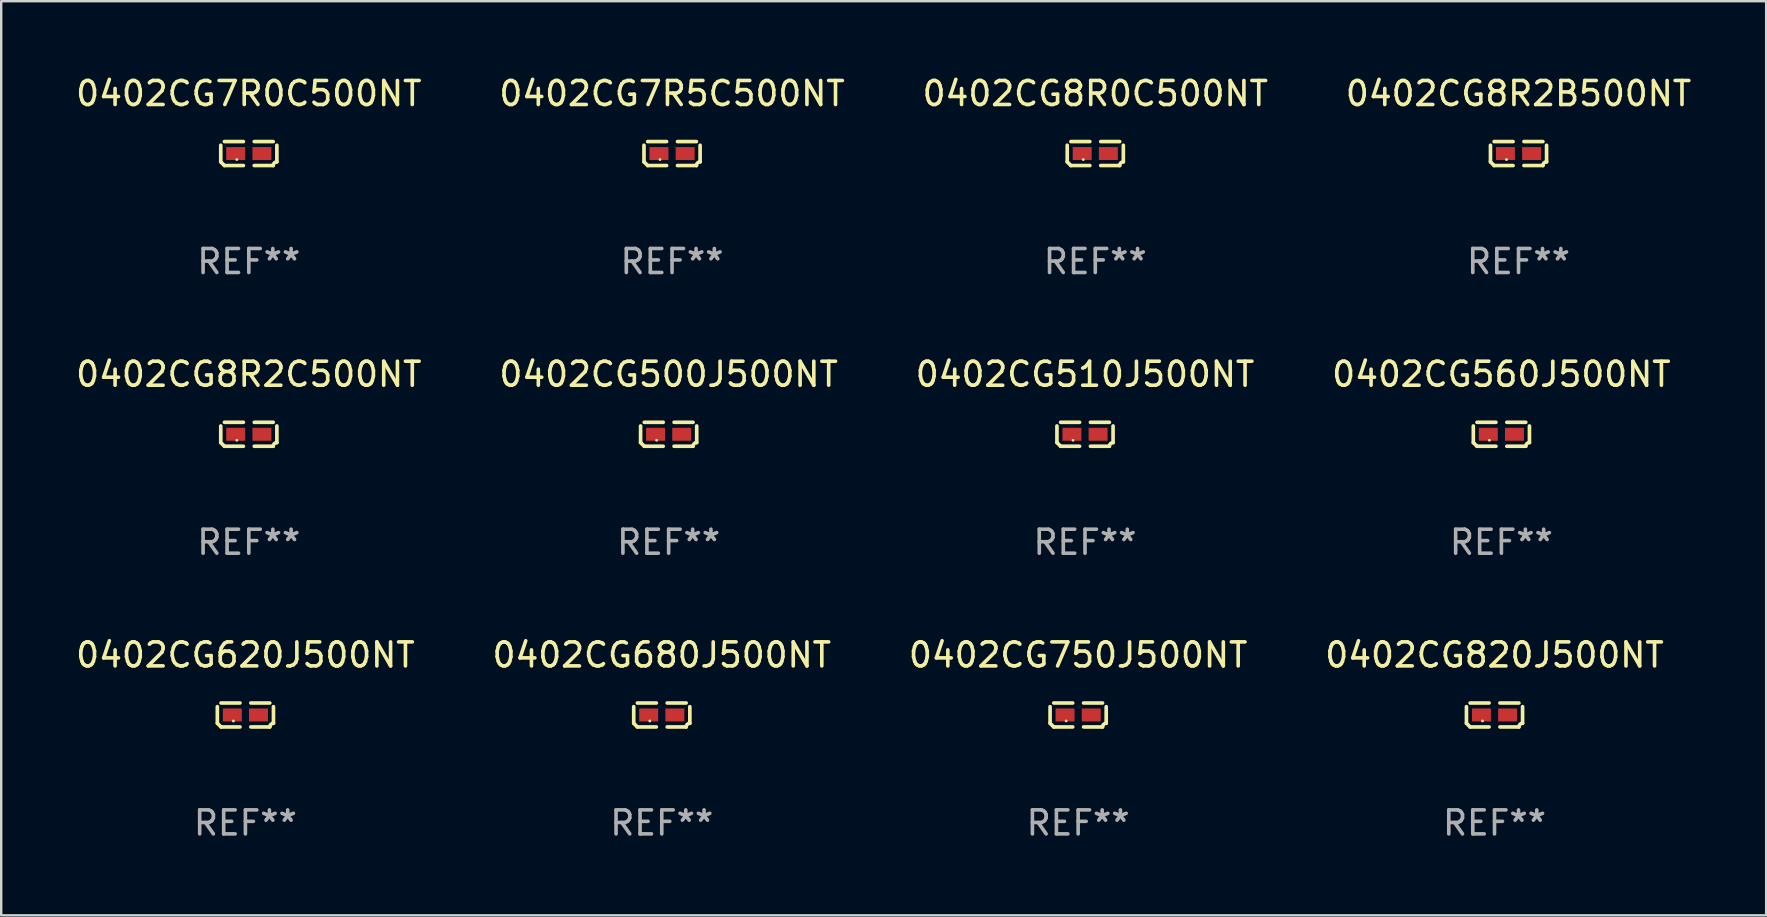
<source format=kicad_pcb>
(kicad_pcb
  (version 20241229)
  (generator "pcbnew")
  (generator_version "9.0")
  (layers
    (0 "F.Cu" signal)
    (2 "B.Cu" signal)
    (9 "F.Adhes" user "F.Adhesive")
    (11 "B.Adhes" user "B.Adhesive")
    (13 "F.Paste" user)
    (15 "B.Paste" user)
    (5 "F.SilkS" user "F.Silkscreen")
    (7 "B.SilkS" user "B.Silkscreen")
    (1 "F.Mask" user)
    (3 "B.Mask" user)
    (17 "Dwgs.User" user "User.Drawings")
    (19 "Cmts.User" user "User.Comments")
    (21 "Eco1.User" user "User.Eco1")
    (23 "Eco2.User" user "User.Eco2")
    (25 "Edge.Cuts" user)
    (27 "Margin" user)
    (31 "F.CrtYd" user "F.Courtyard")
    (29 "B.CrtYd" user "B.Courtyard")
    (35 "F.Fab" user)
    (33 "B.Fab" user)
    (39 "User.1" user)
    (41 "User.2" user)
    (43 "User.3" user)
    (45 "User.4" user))
  (footprint "0402CG8R2C500NT"
    (layer "F.Cu")
    (at 7.315 15.041)
    (property "Reference" "0402CG8R2C500NT" (at 0 -2.499 0) (layer "F.SilkS") (effects (font (size 1 1) (thickness 0.15))))
    (attr through_hole)
    (fp_line (start -1.169 0.346) (end -1.169 -0.346) (stroke (width 0.152) (type solid)) (layer "F.SilkS"))
    (fp_line (start -1.016 -0.499) (end -0.226 -0.499) (stroke (width 0.152) (type solid)) (layer "F.SilkS"))
    (fp_line (start -0.226 0.499) (end -1.016 0.499) (stroke (width 0.152) (type solid)) (layer "F.SilkS"))
    (fp_line (start 0.226 0.499) (end 1.016 0.499) (stroke (width 0.152) (type solid)) (layer "F.SilkS"))
    (fp_line (start 1.016 -0.499) (end 0.226 -0.499) (stroke (width 0.152) (type solid)) (layer "F.SilkS"))
    (fp_line (start 1.169 0.346) (end 1.169 -0.346) (stroke (width 0.152) (type solid)) (layer "F.SilkS"))
    (fp_arc (start -1.016307 0.498603) (mid -1.092512 0.422405) (end -1.16871 0.3462) (stroke (width 0.1524) (type solid)) (layer "F.SilkS"))
    (fp_arc (start 1.016307 0.498603) (mid 1.060899 0.390758) (end 1.168707 0.346076) (stroke (width 0.1524) (type solid)) (layer "F.SilkS"))
    (fp_circle (center -0.5 0.25) (end -0.47 0.25) (stroke (width 0.06) (type solid)) (fill no) (layer "F.SilkS"))
    (fp_text user "REF**" (at 0 4.499 0) (layer "F.Fab") (effects (font (size 1 1) (thickness 0.15))))
    (pad "1" smd rect (at -0.545 0) (size 0.79 0.54) (layers "F.Cu" "F.Mask" "F.Paste"))
    (pad "2" smd rect (at 0.545 0) (size 0.79 0.54) (layers "F.Cu" "F.Mask" "F.Paste")))
  (footprint "0402CG7R5C500NT"
    (layer "F.Cu")
    (at 24.946 3.347)
    (property "Reference" "0402CG7R5C500NT" (at 0 -2.499 0) (layer "F.SilkS") (effects (font (size 1 1) (thickness 0.15))))
    (attr through_hole)
    (fp_line (start -1.169 0.346) (end -1.169 -0.346) (stroke (width 0.152) (type solid)) (layer "F.SilkS"))
    (fp_line (start -1.016 -0.499) (end -0.226 -0.499) (stroke (width 0.152) (type solid)) (layer "F.SilkS"))
    (fp_line (start -0.226 0.499) (end -1.016 0.499) (stroke (width 0.152) (type solid)) (layer "F.SilkS"))
    (fp_line (start 0.226 0.499) (end 1.016 0.499) (stroke (width 0.152) (type solid)) (layer "F.SilkS"))
    (fp_line (start 1.016 -0.499) (end 0.226 -0.499) (stroke (width 0.152) (type solid)) (layer "F.SilkS"))
    (fp_line (start 1.169 0.346) (end 1.169 -0.346) (stroke (width 0.152) (type solid)) (layer "F.SilkS"))
    (fp_arc (start -1.016307 0.498603) (mid -1.092512 0.422405) (end -1.16871 0.3462) (stroke (width 0.1524) (type solid)) (layer "F.SilkS"))
    (fp_arc (start 1.016307 0.498603) (mid 1.060899 0.390758) (end 1.168707 0.346076) (stroke (width 0.1524) (type solid)) (layer "F.SilkS"))
    (fp_circle (center -0.5 0.25) (end -0.47 0.25) (stroke (width 0.06) (type solid)) (fill no) (layer "F.SilkS"))
    (fp_text user "REF**" (at 0 4.499 0) (layer "F.Fab") (effects (font (size 1 1) (thickness 0.15))))
    (pad "1" smd rect (at -0.545 0) (size 0.79 0.54) (layers "F.Cu" "F.Mask" "F.Paste"))
    (pad "2" smd rect (at 0.545 0) (size 0.79 0.54) (layers "F.Cu" "F.Mask" "F.Paste")))
  (footprint "0402CG820J500NT"
    (layer "F.Cu")
    (at 59.208 26.734)
    (property "Reference" "0402CG820J500NT" (at 0 -2.499 0) (layer "F.SilkS") (effects (font (size 1 1) (thickness 0.15))))
    (attr through_hole)
    (fp_line (start -1.169 0.346) (end -1.169 -0.346) (stroke (width 0.152) (type solid)) (layer "F.SilkS"))
    (fp_line (start -1.016 -0.499) (end -0.226 -0.499) (stroke (width 0.152) (type solid)) (layer "F.SilkS"))
    (fp_line (start -0.226 0.499) (end -1.016 0.499) (stroke (width 0.152) (type solid)) (layer "F.SilkS"))
    (fp_line (start 0.226 0.499) (end 1.016 0.499) (stroke (width 0.152) (type solid)) (layer "F.SilkS"))
    (fp_line (start 1.016 -0.499) (end 0.226 -0.499) (stroke (width 0.152) (type solid)) (layer "F.SilkS"))
    (fp_line (start 1.169 0.346) (end 1.169 -0.346) (stroke (width 0.152) (type solid)) (layer "F.SilkS"))
    (fp_arc (start -1.016307 0.498603) (mid -1.092512 0.422405) (end -1.16871 0.3462) (stroke (width 0.1524) (type solid)) (layer "F.SilkS"))
    (fp_arc (start 1.016307 0.498603) (mid 1.060899 0.390758) (end 1.168707 0.346076) (stroke (width 0.1524) (type solid)) (layer "F.SilkS"))
    (fp_circle (center -0.5 0.25) (end -0.47 0.25) (stroke (width 0.06) (type solid)) (fill no) (layer "F.SilkS"))
    (fp_text user "REF**" (at 0 4.499 0) (layer "F.Fab") (effects (font (size 1 1) (thickness 0.15))))
    (pad "1" smd rect (at -0.545 0) (size 0.79 0.54) (layers "F.Cu" "F.Mask" "F.Paste"))
    (pad "2" smd rect (at 0.545 0) (size 0.79 0.54) (layers "F.Cu" "F.Mask" "F.Paste")))
  (footprint "0402CG8R0C500NT"
    (layer "F.Cu")
    (at 42.577 3.347)
    (property "Reference" "0402CG8R0C500NT" (at 0 -2.499 0) (layer "F.SilkS") (effects (font (size 1 1) (thickness 0.15))))
    (attr through_hole)
    (fp_line (start -1.169 0.346) (end -1.169 -0.346) (stroke (width 0.152) (type solid)) (layer "F.SilkS"))
    (fp_line (start -1.016 -0.499) (end -0.226 -0.499) (stroke (width 0.152) (type solid)) (layer "F.SilkS"))
    (fp_line (start -0.226 0.499) (end -1.016 0.499) (stroke (width 0.152) (type solid)) (layer "F.SilkS"))
    (fp_line (start 0.226 0.499) (end 1.016 0.499) (stroke (width 0.152) (type solid)) (layer "F.SilkS"))
    (fp_line (start 1.016 -0.499) (end 0.226 -0.499) (stroke (width 0.152) (type solid)) (layer "F.SilkS"))
    (fp_line (start 1.169 0.346) (end 1.169 -0.346) (stroke (width 0.152) (type solid)) (layer "F.SilkS"))
    (fp_arc (start -1.016307 0.498603) (mid -1.092512 0.422405) (end -1.16871 0.3462) (stroke (width 0.1524) (type solid)) (layer "F.SilkS"))
    (fp_arc (start 1.016307 0.498603) (mid 1.060899 0.390758) (end 1.168707 0.346076) (stroke (width 0.1524) (type solid)) (layer "F.SilkS"))
    (fp_circle (center -0.5 0.25) (end -0.47 0.25) (stroke (width 0.06) (type solid)) (fill no) (layer "F.SilkS"))
    (fp_text user "REF**" (at 0 4.499 0) (layer "F.Fab") (effects (font (size 1 1) (thickness 0.15))))
    (pad "1" smd rect (at -0.545 0) (size 0.79 0.54) (layers "F.Cu" "F.Mask" "F.Paste"))
    (pad "2" smd rect (at 0.545 0) (size 0.79 0.54) (layers "F.Cu" "F.Mask" "F.Paste")))
  (footprint "0402CG510J500NT"
    (layer "F.Cu")
    (at 42.149 15.041)
    (property "Reference" "0402CG510J500NT" (at 0 -2.499 0) (layer "F.SilkS") (effects (font (size 1 1) (thickness 0.15))))
    (attr through_hole)
    (fp_line (start -1.169 0.346) (end -1.169 -0.346) (stroke (width 0.152) (type solid)) (layer "F.SilkS"))
    (fp_line (start -1.016 -0.499) (end -0.226 -0.499) (stroke (width 0.152) (type solid)) (layer "F.SilkS"))
    (fp_line (start -0.226 0.499) (end -1.016 0.499) (stroke (width 0.152) (type solid)) (layer "F.SilkS"))
    (fp_line (start 0.226 0.499) (end 1.016 0.499) (stroke (width 0.152) (type solid)) (layer "F.SilkS"))
    (fp_line (start 1.016 -0.499) (end 0.226 -0.499) (stroke (width 0.152) (type solid)) (layer "F.SilkS"))
    (fp_line (start 1.169 0.346) (end 1.169 -0.346) (stroke (width 0.152) (type solid)) (layer "F.SilkS"))
    (fp_arc (start -1.016307 0.498603) (mid -1.092512 0.422405) (end -1.16871 0.3462) (stroke (width 0.1524) (type solid)) (layer "F.SilkS"))
    (fp_arc (start 1.016307 0.498603) (mid 1.060899 0.390758) (end 1.168707 0.346076) (stroke (width 0.1524) (type solid)) (layer "F.SilkS"))
    (fp_circle (center -0.5 0.25) (end -0.47 0.25) (stroke (width 0.06) (type solid)) (fill no) (layer "F.SilkS"))
    (fp_text user "REF**" (at 0 4.499 0) (layer "F.Fab") (effects (font (size 1 1) (thickness 0.15))))
    (pad "1" smd rect (at -0.545 0) (size 0.79 0.54) (layers "F.Cu" "F.Mask" "F.Paste"))
    (pad "2" smd rect (at 0.545 0) (size 0.79 0.54) (layers "F.Cu" "F.Mask" "F.Paste")))
  (footprint "0402CG680J500NT"
    (layer "F.Cu")
    (at 24.518 26.734)
    (property "Reference" "0402CG680J500NT" (at 0 -2.499 0) (layer "F.SilkS") (effects (font (size 1 1) (thickness 0.15))))
    (attr through_hole)
    (fp_line (start -1.169 0.346) (end -1.169 -0.346) (stroke (width 0.152) (type solid)) (layer "F.SilkS"))
    (fp_line (start -1.016 -0.499) (end -0.226 -0.499) (stroke (width 0.152) (type solid)) (layer "F.SilkS"))
    (fp_line (start -0.226 0.499) (end -1.016 0.499) (stroke (width 0.152) (type solid)) (layer "F.SilkS"))
    (fp_line (start 0.226 0.499) (end 1.016 0.499) (stroke (width 0.152) (type solid)) (layer "F.SilkS"))
    (fp_line (start 1.016 -0.499) (end 0.226 -0.499) (stroke (width 0.152) (type solid)) (layer "F.SilkS"))
    (fp_line (start 1.169 0.346) (end 1.169 -0.346) (stroke (width 0.152) (type solid)) (layer "F.SilkS"))
    (fp_arc (start -1.016307 0.498603) (mid -1.092512 0.422405) (end -1.16871 0.3462) (stroke (width 0.1524) (type solid)) (layer "F.SilkS"))
    (fp_arc (start 1.016307 0.498603) (mid 1.060899 0.390758) (end 1.168707 0.346076) (stroke (width 0.1524) (type solid)) (layer "F.SilkS"))
    (fp_circle (center -0.5 0.25) (end -0.47 0.25) (stroke (width 0.06) (type solid)) (fill no) (layer "F.SilkS"))
    (fp_text user "REF**" (at 0 4.499 0) (layer "F.Fab") (effects (font (size 1 1) (thickness 0.15))))
    (pad "1" smd rect (at -0.545 0) (size 0.79 0.54) (layers "F.Cu" "F.Mask" "F.Paste"))
    (pad "2" smd rect (at 0.545 0) (size 0.79 0.54) (layers "F.Cu" "F.Mask" "F.Paste")))
  (footprint "0402CG8R2B500NT"
    (layer "F.Cu")
    (at 60.208 3.347)
    (property "Reference" "0402CG8R2B500NT" (at 0 -2.499 0) (layer "F.SilkS") (effects (font (size 1 1) (thickness 0.15))))
    (attr through_hole)
    (fp_line (start -1.169 0.346) (end -1.169 -0.346) (stroke (width 0.152) (type solid)) (layer "F.SilkS"))
    (fp_line (start -1.016 -0.499) (end -0.226 -0.499) (stroke (width 0.152) (type solid)) (layer "F.SilkS"))
    (fp_line (start -0.226 0.499) (end -1.016 0.499) (stroke (width 0.152) (type solid)) (layer "F.SilkS"))
    (fp_line (start 0.226 0.499) (end 1.016 0.499) (stroke (width 0.152) (type solid)) (layer "F.SilkS"))
    (fp_line (start 1.016 -0.499) (end 0.226 -0.499) (stroke (width 0.152) (type solid)) (layer "F.SilkS"))
    (fp_line (start 1.169 0.346) (end 1.169 -0.346) (stroke (width 0.152) (type solid)) (layer "F.SilkS"))
    (fp_arc (start -1.016307 0.498603) (mid -1.092512 0.422405) (end -1.16871 0.3462) (stroke (width 0.1524) (type solid)) (layer "F.SilkS"))
    (fp_arc (start 1.016307 0.498603) (mid 1.060899 0.390758) (end 1.168707 0.346076) (stroke (width 0.1524) (type solid)) (layer "F.SilkS"))
    (fp_circle (center -0.5 0.25) (end -0.47 0.25) (stroke (width 0.06) (type solid)) (fill no) (layer "F.SilkS"))
    (fp_text user "REF**" (at 0 4.499 0) (layer "F.Fab") (effects (font (size 1 1) (thickness 0.15))))
    (pad "1" smd rect (at -0.545 0) (size 0.79 0.54) (layers "F.Cu" "F.Mask" "F.Paste"))
    (pad "2" smd rect (at 0.545 0) (size 0.79 0.54) (layers "F.Cu" "F.Mask" "F.Paste")))
  (footprint "0402CG560J500NT"
    (layer "F.Cu")
    (at 59.494 15.041)
    (property "Reference" "0402CG560J500NT" (at 0 -2.499 0) (layer "F.SilkS") (effects (font (size 1 1) (thickness 0.15))))
    (attr through_hole)
    (fp_line (start -1.169 0.346) (end -1.169 -0.346) (stroke (width 0.152) (type solid)) (layer "F.SilkS"))
    (fp_line (start -1.016 -0.499) (end -0.226 -0.499) (stroke (width 0.152) (type solid)) (layer "F.SilkS"))
    (fp_line (start -0.226 0.499) (end -1.016 0.499) (stroke (width 0.152) (type solid)) (layer "F.SilkS"))
    (fp_line (start 0.226 0.499) (end 1.016 0.499) (stroke (width 0.152) (type solid)) (layer "F.SilkS"))
    (fp_line (start 1.016 -0.499) (end 0.226 -0.499) (stroke (width 0.152) (type solid)) (layer "F.SilkS"))
    (fp_line (start 1.169 0.346) (end 1.169 -0.346) (stroke (width 0.152) (type solid)) (layer "F.SilkS"))
    (fp_arc (start -1.016307 0.498603) (mid -1.092512 0.422405) (end -1.16871 0.3462) (stroke (width 0.1524) (type solid)) (layer "F.SilkS"))
    (fp_arc (start 1.016307 0.498603) (mid 1.060899 0.390758) (end 1.168707 0.346076) (stroke (width 0.1524) (type solid)) (layer "F.SilkS"))
    (fp_circle (center -0.5 0.25) (end -0.47 0.25) (stroke (width 0.06) (type solid)) (fill no) (layer "F.SilkS"))
    (fp_text user "REF**" (at 0 4.499 0) (layer "F.Fab") (effects (font (size 1 1) (thickness 0.15))))
    (pad "1" smd rect (at -0.545 0) (size 0.79 0.54) (layers "F.Cu" "F.Mask" "F.Paste"))
    (pad "2" smd rect (at 0.545 0) (size 0.79 0.54) (layers "F.Cu" "F.Mask" "F.Paste")))
  (footprint "0402CG7R0C500NT"
    (layer "F.Cu")
    (at 7.315 3.347)
    (property "Reference" "0402CG7R0C500NT" (at 0 -2.499 0) (layer "F.SilkS") (effects (font (size 1 1) (thickness 0.15))))
    (attr through_hole)
    (fp_line (start -1.169 0.346) (end -1.169 -0.346) (stroke (width 0.152) (type solid)) (layer "F.SilkS"))
    (fp_line (start -1.016 -0.499) (end -0.226 -0.499) (stroke (width 0.152) (type solid)) (layer "F.SilkS"))
    (fp_line (start -0.226 0.499) (end -1.016 0.499) (stroke (width 0.152) (type solid)) (layer "F.SilkS"))
    (fp_line (start 0.226 0.499) (end 1.016 0.499) (stroke (width 0.152) (type solid)) (layer "F.SilkS"))
    (fp_line (start 1.016 -0.499) (end 0.226 -0.499) (stroke (width 0.152) (type solid)) (layer "F.SilkS"))
    (fp_line (start 1.169 0.346) (end 1.169 -0.346) (stroke (width 0.152) (type solid)) (layer "F.SilkS"))
    (fp_arc (start -1.016307 0.498603) (mid -1.092512 0.422405) (end -1.16871 0.3462) (stroke (width 0.1524) (type solid)) (layer "F.SilkS"))
    (fp_arc (start 1.016307 0.498603) (mid 1.060899 0.390758) (end 1.168707 0.346076) (stroke (width 0.1524) (type solid)) (layer "F.SilkS"))
    (fp_circle (center -0.5 0.25) (end -0.47 0.25) (stroke (width 0.06) (type solid)) (fill no) (layer "F.SilkS"))
    (fp_text user "REF**" (at 0 4.499 0) (layer "F.Fab") (effects (font (size 1 1) (thickness 0.15))))
    (pad "1" smd rect (at -0.545 0) (size 0.79 0.54) (layers "F.Cu" "F.Mask" "F.Paste"))
    (pad "2" smd rect (at 0.545 0) (size 0.79 0.54) (layers "F.Cu" "F.Mask" "F.Paste")))
  (footprint "0402CG500J500NT"
    (layer "F.Cu")
    (at 24.804 15.041)
    (property "Reference" "0402CG500J500NT" (at 0 -2.499 0) (layer "F.SilkS") (effects (font (size 1 1) (thickness 0.15))))
    (attr through_hole)
    (fp_line (start -1.169 0.346) (end -1.169 -0.346) (stroke (width 0.152) (type solid)) (layer "F.SilkS"))
    (fp_line (start -1.016 -0.499) (end -0.226 -0.499) (stroke (width 0.152) (type solid)) (layer "F.SilkS"))
    (fp_line (start -0.226 0.499) (end -1.016 0.499) (stroke (width 0.152) (type solid)) (layer "F.SilkS"))
    (fp_line (start 0.226 0.499) (end 1.016 0.499) (stroke (width 0.152) (type solid)) (layer "F.SilkS"))
    (fp_line (start 1.016 -0.499) (end 0.226 -0.499) (stroke (width 0.152) (type solid)) (layer "F.SilkS"))
    (fp_line (start 1.169 0.346) (end 1.169 -0.346) (stroke (width 0.152) (type solid)) (layer "F.SilkS"))
    (fp_arc (start -1.016307 0.498603) (mid -1.092512 0.422405) (end -1.16871 0.3462) (stroke (width 0.1524) (type solid)) (layer "F.SilkS"))
    (fp_arc (start 1.016307 0.498603) (mid 1.060899 0.390758) (end 1.168707 0.346076) (stroke (width 0.1524) (type solid)) (layer "F.SilkS"))
    (fp_circle (center -0.5 0.25) (end -0.47 0.25) (stroke (width 0.06) (type solid)) (fill no) (layer "F.SilkS"))
    (fp_text user "REF**" (at 0 4.499 0) (layer "F.Fab") (effects (font (size 1 1) (thickness 0.15))))
    (pad "1" smd rect (at -0.545 0) (size 0.79 0.54) (layers "F.Cu" "F.Mask" "F.Paste"))
    (pad "2" smd rect (at 0.545 0) (size 0.79 0.54) (layers "F.Cu" "F.Mask" "F.Paste")))
  (footprint "0402CG620J500NT"
    (layer "F.Cu")
    (at 7.173 26.734)
    (property "Reference" "0402CG620J500NT" (at 0 -2.499 0) (layer "F.SilkS") (effects (font (size 1 1) (thickness 0.15))))
    (attr through_hole)
    (fp_line (start -1.169 0.346) (end -1.169 -0.346) (stroke (width 0.152) (type solid)) (layer "F.SilkS"))
    (fp_line (start -1.016 -0.499) (end -0.226 -0.499) (stroke (width 0.152) (type solid)) (layer "F.SilkS"))
    (fp_line (start -0.226 0.499) (end -1.016 0.499) (stroke (width 0.152) (type solid)) (layer "F.SilkS"))
    (fp_line (start 0.226 0.499) (end 1.016 0.499) (stroke (width 0.152) (type solid)) (layer "F.SilkS"))
    (fp_line (start 1.016 -0.499) (end 0.226 -0.499) (stroke (width 0.152) (type solid)) (layer "F.SilkS"))
    (fp_line (start 1.169 0.346) (end 1.169 -0.346) (stroke (width 0.152) (type solid)) (layer "F.SilkS"))
    (fp_arc (start -1.016307 0.498603) (mid -1.092512 0.422405) (end -1.16871 0.3462) (stroke (width 0.1524) (type solid)) (layer "F.SilkS"))
    (fp_arc (start 1.016307 0.498603) (mid 1.060899 0.390758) (end 1.168707 0.346076) (stroke (width 0.1524) (type solid)) (layer "F.SilkS"))
    (fp_circle (center -0.5 0.25) (end -0.47 0.25) (stroke (width 0.06) (type solid)) (fill no) (layer "F.SilkS"))
    (fp_text user "REF**" (at 0 4.499 0) (layer "F.Fab") (effects (font (size 1 1) (thickness 0.15))))
    (pad "1" smd rect (at -0.545 0) (size 0.79 0.54) (layers "F.Cu" "F.Mask" "F.Paste"))
    (pad "2" smd rect (at 0.545 0) (size 0.79 0.54) (layers "F.Cu" "F.Mask" "F.Paste")))
  (footprint "0402CG750J500NT"
    (layer "F.Cu")
    (at 41.863 26.734)
    (property "Reference" "0402CG750J500NT" (at 0 -2.499 0) (layer "F.SilkS") (effects (font (size 1 1) (thickness 0.15))))
    (attr through_hole)
    (fp_line (start -1.169 0.346) (end -1.169 -0.346) (stroke (width 0.152) (type solid)) (layer "F.SilkS"))
    (fp_line (start -1.016 -0.499) (end -0.226 -0.499) (stroke (width 0.152) (type solid)) (layer "F.SilkS"))
    (fp_line (start -0.226 0.499) (end -1.016 0.499) (stroke (width 0.152) (type solid)) (layer "F.SilkS"))
    (fp_line (start 0.226 0.499) (end 1.016 0.499) (stroke (width 0.152) (type solid)) (layer "F.SilkS"))
    (fp_line (start 1.016 -0.499) (end 0.226 -0.499) (stroke (width 0.152) (type solid)) (layer "F.SilkS"))
    (fp_line (start 1.169 0.346) (end 1.169 -0.346) (stroke (width 0.152) (type solid)) (layer "F.SilkS"))
    (fp_arc (start -1.016307 0.498603) (mid -1.092512 0.422405) (end -1.16871 0.3462) (stroke (width 0.1524) (type solid)) (layer "F.SilkS"))
    (fp_arc (start 1.016307 0.498603) (mid 1.060899 0.390758) (end 1.168707 0.346076) (stroke (width 0.1524) (type solid)) (layer "F.SilkS"))
    (fp_circle (center -0.5 0.25) (end -0.47 0.25) (stroke (width 0.06) (type solid)) (fill no) (layer "F.SilkS"))
    (fp_text user "REF**" (at 0 4.499 0) (layer "F.Fab") (effects (font (size 1 1) (thickness 0.15))))
    (pad "1" smd rect (at -0.545 0) (size 0.79 0.54) (layers "F.Cu" "F.Mask" "F.Paste"))
    (pad "2" smd rect (at 0.545 0) (size 0.79 0.54) (layers "F.Cu" "F.Mask" "F.Paste")))
  (gr_rect
    (start -3 -3)
    (end 70.524 35.081)
    (stroke (width 0.1) (type default))
    (fill no)
    (layer "Edge.Cuts")))
</source>
